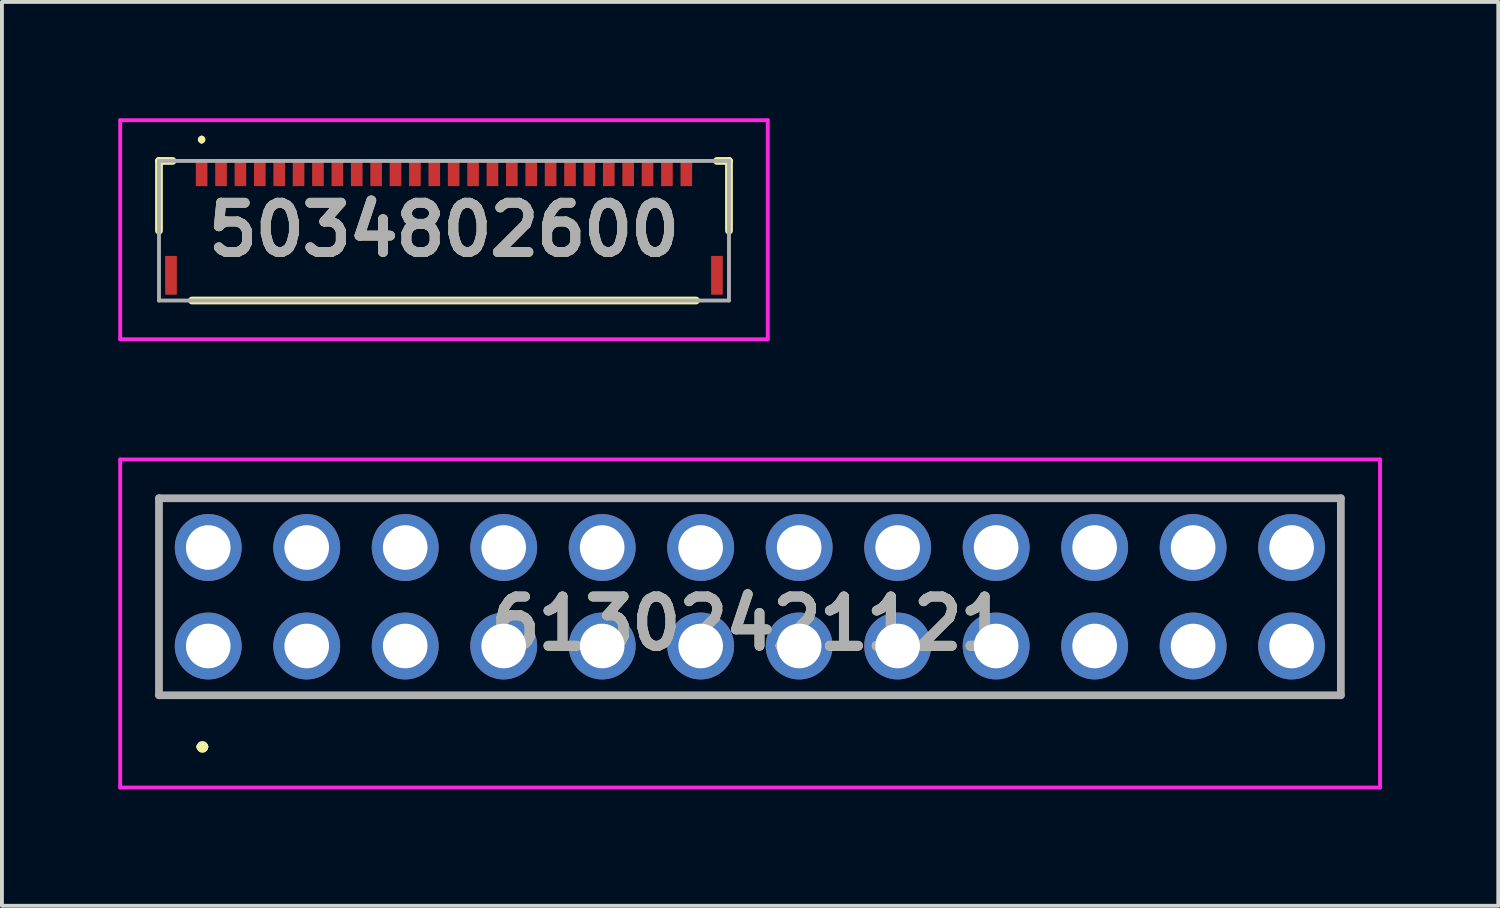
<source format=kicad_pcb>
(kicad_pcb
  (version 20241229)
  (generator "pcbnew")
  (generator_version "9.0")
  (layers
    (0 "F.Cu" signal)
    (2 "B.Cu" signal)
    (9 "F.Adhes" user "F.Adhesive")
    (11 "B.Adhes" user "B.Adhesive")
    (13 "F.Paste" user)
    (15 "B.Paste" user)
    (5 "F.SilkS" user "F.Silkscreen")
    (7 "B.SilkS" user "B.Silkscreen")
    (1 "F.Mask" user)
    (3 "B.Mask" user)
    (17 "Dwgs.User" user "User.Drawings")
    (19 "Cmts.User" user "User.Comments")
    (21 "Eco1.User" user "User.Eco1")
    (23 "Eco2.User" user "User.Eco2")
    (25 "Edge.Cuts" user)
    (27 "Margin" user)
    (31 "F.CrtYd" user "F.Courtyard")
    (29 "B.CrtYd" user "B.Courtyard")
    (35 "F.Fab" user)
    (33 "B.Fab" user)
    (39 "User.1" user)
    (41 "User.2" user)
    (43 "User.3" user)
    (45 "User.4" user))
  (footprint "61302421121"
    (layer "F.Cu")
    (at 2.32 13.61)
    (property "Reference" "61302421121" (at 13.975 -0.58 0) (layer "F.SilkS") (effects (font (size 1.27 1.27) (thickness 0.254))))
    (attr through_hole)
    (fp_line (start -1.27 -3.77) (end 29.22 -3.77) (stroke (width 0.1) (type solid)) (layer "F.SilkS"))
    (fp_line (start -1.27 1.27) (end -1.27 -3.77) (stroke (width 0.1) (type solid)) (layer "F.SilkS"))
    (fp_line (start -0.2 2.6) (end -0.2 2.6) (stroke (width 0.2) (type solid)) (layer "F.SilkS"))
    (fp_line (start -0.2 2.6) (end -0.2 2.6) (stroke (width 0.2) (type solid)) (layer "F.SilkS"))
    (fp_line (start -0.1 2.6) (end -0.1 2.6) (stroke (width 0.2) (type solid)) (layer "F.SilkS"))
    (fp_line (start 29.22 -3.77) (end 29.22 1.27) (stroke (width 0.1) (type solid)) (layer "F.SilkS"))
    (fp_line (start 29.22 1.27) (end -1.27 1.27) (stroke (width 0.1) (type solid)) (layer "F.SilkS"))
    (fp_arc (start -0.2 2.6) (mid -0.15 2.55) (end -0.1 2.6) (stroke (width 0.2) (type solid)) (layer "F.SilkS"))
    (fp_arc (start -0.1 2.6) (mid -0.15 2.65) (end -0.2 2.6) (stroke (width 0.2) (type solid)) (layer "F.SilkS"))
    (fp_arc (start -0.1 2.6) (mid -0.15 2.65) (end -0.2 2.6) (stroke (width 0.2) (type solid)) (layer "F.SilkS"))
    (fp_line (start -2.27 -4.81) (end 30.22 -4.81) (stroke (width 0.1) (type solid)) (layer "F.CrtYd"))
    (fp_line (start -2.27 3.65) (end -2.27 -4.81) (stroke (width 0.1) (type solid)) (layer "F.CrtYd"))
    (fp_line (start 30.22 -4.81) (end 30.22 3.65) (stroke (width 0.1) (type solid)) (layer "F.CrtYd"))
    (fp_line (start 30.22 3.65) (end -2.27 3.65) (stroke (width 0.1) (type solid)) (layer "F.CrtYd"))
    (fp_line (start -1.27 -3.81) (end -1.27 1.27) (stroke (width 0.2) (type solid)) (layer "F.Fab"))
    (fp_line (start -1.27 1.27) (end 29.21 1.27) (stroke (width 0.2) (type solid)) (layer "F.Fab"))
    (fp_line (start 29.21 -3.81) (end -1.27 -3.81) (stroke (width 0.2) (type solid)) (layer "F.Fab"))
    (fp_line (start 29.21 1.27) (end 29.21 -3.81) (stroke (width 0.2) (type solid)) (layer "F.Fab"))
    (fp_text user "${REFERENCE}" (at 13.975 -0.58 0) (layer "F.Fab") (effects (font (size 1.27 1.27) (thickness 0.254))))
    (pad "1" thru_hole circle (at 0 0) (size 1.725 1.725) (drill 1.15) (layers "*.Cu" "*.Mask"))
    (pad "2" thru_hole circle (at 0 -2.54) (size 1.725 1.725) (drill 1.15) (layers "*.Cu" "*.Mask"))
    (pad "3" thru_hole circle (at 2.54 0) (size 1.725 1.725) (drill 1.15) (layers "*.Cu" "*.Mask"))
    (pad "4" thru_hole circle (at 2.54 -2.54) (size 1.725 1.725) (drill 1.15) (layers "*.Cu" "*.Mask"))
    (pad "5" thru_hole circle (at 5.08 0) (size 1.725 1.725) (drill 1.15) (layers "*.Cu" "*.Mask"))
    (pad "6" thru_hole circle (at 5.08 -2.54) (size 1.725 1.725) (drill 1.15) (layers "*.Cu" "*.Mask"))
    (pad "7" thru_hole circle (at 7.62 0) (size 1.725 1.725) (drill 1.15) (layers "*.Cu" "*.Mask"))
    (pad "8" thru_hole circle (at 7.62 -2.54) (size 1.725 1.725) (drill 1.15) (layers "*.Cu" "*.Mask"))
    (pad "9" thru_hole circle (at 10.16 0) (size 1.725 1.725) (drill 1.15) (layers "*.Cu" "*.Mask"))
    (pad "10" thru_hole circle (at 10.16 -2.54) (size 1.725 1.725) (drill 1.15) (layers "*.Cu" "*.Mask"))
    (pad "11" thru_hole circle (at 12.7 0) (size 1.725 1.725) (drill 1.15) (layers "*.Cu" "*.Mask"))
    (pad "12" thru_hole circle (at 12.7 -2.54) (size 1.725 1.725) (drill 1.15) (layers "*.Cu" "*.Mask"))
    (pad "13" thru_hole circle (at 15.24 0) (size 1.725 1.725) (drill 1.15) (layers "*.Cu" "*.Mask"))
    (pad "14" thru_hole circle (at 15.24 -2.54) (size 1.725 1.725) (drill 1.15) (layers "*.Cu" "*.Mask"))
    (pad "15" thru_hole circle (at 17.78 0) (size 1.725 1.725) (drill 1.15) (layers "*.Cu" "*.Mask"))
    (pad "16" thru_hole circle (at 17.78 -2.54) (size 1.725 1.725) (drill 1.15) (layers "*.Cu" "*.Mask"))
    (pad "17" thru_hole circle (at 20.32 0) (size 1.725 1.725) (drill 1.15) (layers "*.Cu" "*.Mask"))
    (pad "18" thru_hole circle (at 20.32 -2.54) (size 1.725 1.725) (drill 1.15) (layers "*.Cu" "*.Mask"))
    (pad "19" thru_hole circle (at 22.86 0) (size 1.725 1.725) (drill 1.15) (layers "*.Cu" "*.Mask"))
    (pad "20" thru_hole circle (at 22.86 -2.54) (size 1.725 1.725) (drill 1.15) (layers "*.Cu" "*.Mask"))
    (pad "21" thru_hole circle (at 25.4 0) (size 1.725 1.725) (drill 1.15) (layers "*.Cu" "*.Mask"))
    (pad "22" thru_hole circle (at 25.4 -2.54) (size 1.725 1.725) (drill 1.15) (layers "*.Cu" "*.Mask"))
    (pad "23" thru_hole circle (at 27.94 0) (size 1.725 1.725) (drill 1.15) (layers "*.Cu" "*.Mask"))
    (pad "24" thru_hole circle (at 27.94 -2.54) (size 1.725 1.725) (drill 1.15) (layers "*.Cu" "*.Mask")))
  (footprint "5034802600"
    (layer "F.Cu")
    (at 8.4 2.875)
    (property "Reference" "5034802600" (at 0 0 0) (layer "F.SilkS") (effects (font (size 1.27 1.27) (thickness 0.254))))
    (attr smd)
    (fp_line (start -7.35 -1.775) (end -7 -1.775) (stroke (width 0.2) (type solid)) (layer "F.SilkS"))
    (fp_line (start -7.35 0.025) (end -7.35 -1.775) (stroke (width 0.2) (type solid)) (layer "F.SilkS"))
    (fp_line (start -6.25 -2.375) (end -6.25 -2.375) (stroke (width 0.1) (type solid)) (layer "F.SilkS"))
    (fp_line (start -6.25 -2.275) (end -6.25 -2.275) (stroke (width 0.1) (type solid)) (layer "F.SilkS"))
    (fp_line (start 6.5 1.825) (end -6.5 1.825) (stroke (width 0.2) (type solid)) (layer "F.SilkS"))
    (fp_line (start 7.04 -1.775) (end 7.35 -1.775) (stroke (width 0.2) (type solid)) (layer "F.SilkS"))
    (fp_line (start 7.35 -1.775) (end 7.35 0.025) (stroke (width 0.2) (type solid)) (layer "F.SilkS"))
    (fp_arc (start -6.25 -2.375) (mid -6.2 -2.325) (end -6.25 -2.275) (stroke (width 0.1) (type solid)) (layer "F.SilkS"))
    (fp_arc (start -6.25 -2.275) (mid -6.3 -2.325) (end -6.25 -2.375) (stroke (width 0.1) (type solid)) (layer "F.SilkS"))
    (fp_line (start -8.35 -2.825) (end 8.35 -2.825) (stroke (width 0.1) (type solid)) (layer "F.CrtYd"))
    (fp_line (start -8.35 2.825) (end -8.35 -2.825) (stroke (width 0.1) (type solid)) (layer "F.CrtYd"))
    (fp_line (start 8.35 -2.825) (end 8.35 2.825) (stroke (width 0.1) (type solid)) (layer "F.CrtYd"))
    (fp_line (start 8.35 2.825) (end -8.35 2.825) (stroke (width 0.1) (type solid)) (layer "F.CrtYd"))
    (fp_line (start -7.35 -1.775) (end 7.35 -1.775) (stroke (width 0.1) (type solid)) (layer "F.Fab"))
    (fp_line (start -7.35 1.825) (end -7.35 -1.775) (stroke (width 0.1) (type solid)) (layer "F.Fab"))
    (fp_line (start 7.35 -1.775) (end 7.35 1.825) (stroke (width 0.1) (type solid)) (layer "F.Fab"))
    (fp_line (start 7.35 1.825) (end -7.35 1.825) (stroke (width 0.1) (type solid)) (layer "F.Fab"))
    (fp_text user "${REFERENCE}" (at 0 0 0) (layer "F.Fab") (effects (font (size 1.27 1.27) (thickness 0.254))))
    (pad "1" smd rect (at -6.25 -1.475) (size 0.3 0.7) (layers "F.Cu" "F.Mask" "F.Paste"))
    (pad "2" smd rect (at -5.75 -1.475) (size 0.3 0.7) (layers "F.Cu" "F.Mask" "F.Paste"))
    (pad "3" smd rect (at -5.25 -1.475) (size 0.3 0.7) (layers "F.Cu" "F.Mask" "F.Paste"))
    (pad "4" smd rect (at -4.75 -1.475) (size 0.3 0.7) (layers "F.Cu" "F.Mask" "F.Paste"))
    (pad "5" smd rect (at -4.25 -1.475) (size 0.3 0.7) (layers "F.Cu" "F.Mask" "F.Paste"))
    (pad "6" smd rect (at -3.75 -1.475) (size 0.3 0.7) (layers "F.Cu" "F.Mask" "F.Paste"))
    (pad "7" smd rect (at -3.25 -1.475) (size 0.3 0.7) (layers "F.Cu" "F.Mask" "F.Paste"))
    (pad "8" smd rect (at -2.75 -1.475) (size 0.3 0.7) (layers "F.Cu" "F.Mask" "F.Paste"))
    (pad "9" smd rect (at -2.25 -1.475) (size 0.3 0.7) (layers "F.Cu" "F.Mask" "F.Paste"))
    (pad "10" smd rect (at -1.75 -1.475) (size 0.3 0.7) (layers "F.Cu" "F.Mask" "F.Paste"))
    (pad "11" smd rect (at -1.25 -1.475) (size 0.3 0.7) (layers "F.Cu" "F.Mask" "F.Paste"))
    (pad "12" smd rect (at -0.75 -1.475) (size 0.3 0.7) (layers "F.Cu" "F.Mask" "F.Paste"))
    (pad "13" smd rect (at -0.25 -1.475) (size 0.3 0.7) (layers "F.Cu" "F.Mask" "F.Paste"))
    (pad "14" smd rect (at 0.25 -1.475) (size 0.3 0.7) (layers "F.Cu" "F.Mask" "F.Paste"))
    (pad "15" smd rect (at 0.75 -1.475) (size 0.3 0.7) (layers "F.Cu" "F.Mask" "F.Paste"))
    (pad "16" smd rect (at 1.25 -1.475) (size 0.3 0.7) (layers "F.Cu" "F.Mask" "F.Paste"))
    (pad "17" smd rect (at 1.75 -1.475) (size 0.3 0.7) (layers "F.Cu" "F.Mask" "F.Paste"))
    (pad "18" smd rect (at 2.25 -1.475) (size 0.3 0.7) (layers "F.Cu" "F.Mask" "F.Paste"))
    (pad "19" smd rect (at 2.75 -1.475) (size 0.3 0.7) (layers "F.Cu" "F.Mask" "F.Paste"))
    (pad "20" smd rect (at 3.25 -1.475) (size 0.3 0.7) (layers "F.Cu" "F.Mask" "F.Paste"))
    (pad "21" smd rect (at 3.75 -1.475) (size 0.3 0.7) (layers "F.Cu" "F.Mask" "F.Paste"))
    (pad "22" smd rect (at 4.25 -1.475) (size 0.3 0.7) (layers "F.Cu" "F.Mask" "F.Paste"))
    (pad "23" smd rect (at 4.75 -1.475) (size 0.3 0.7) (layers "F.Cu" "F.Mask" "F.Paste"))
    (pad "24" smd rect (at 5.25 -1.475) (size 0.3 0.7) (layers "F.Cu" "F.Mask" "F.Paste"))
    (pad "25" smd rect (at 5.75 -1.475) (size 0.3 0.7) (layers "F.Cu" "F.Mask" "F.Paste"))
    (pad "26" smd rect (at 6.25 -1.475) (size 0.3 0.7) (layers "F.Cu" "F.Mask" "F.Paste"))
    (pad "MP1" smd rect (at -7.04 1.175) (size 0.3 1) (layers "F.Cu" "F.Mask" "F.Paste"))
    (pad "MP2" smd rect (at 7.04 1.175) (size 0.3 1) (layers "F.Cu" "F.Mask" "F.Paste")))
  (gr_rect
    (start -3 -3)
    (end 35.59 20.31)
    (stroke (width 0.1) (type default))
    (fill no)
    (layer "Edge.Cuts")))
</source>
